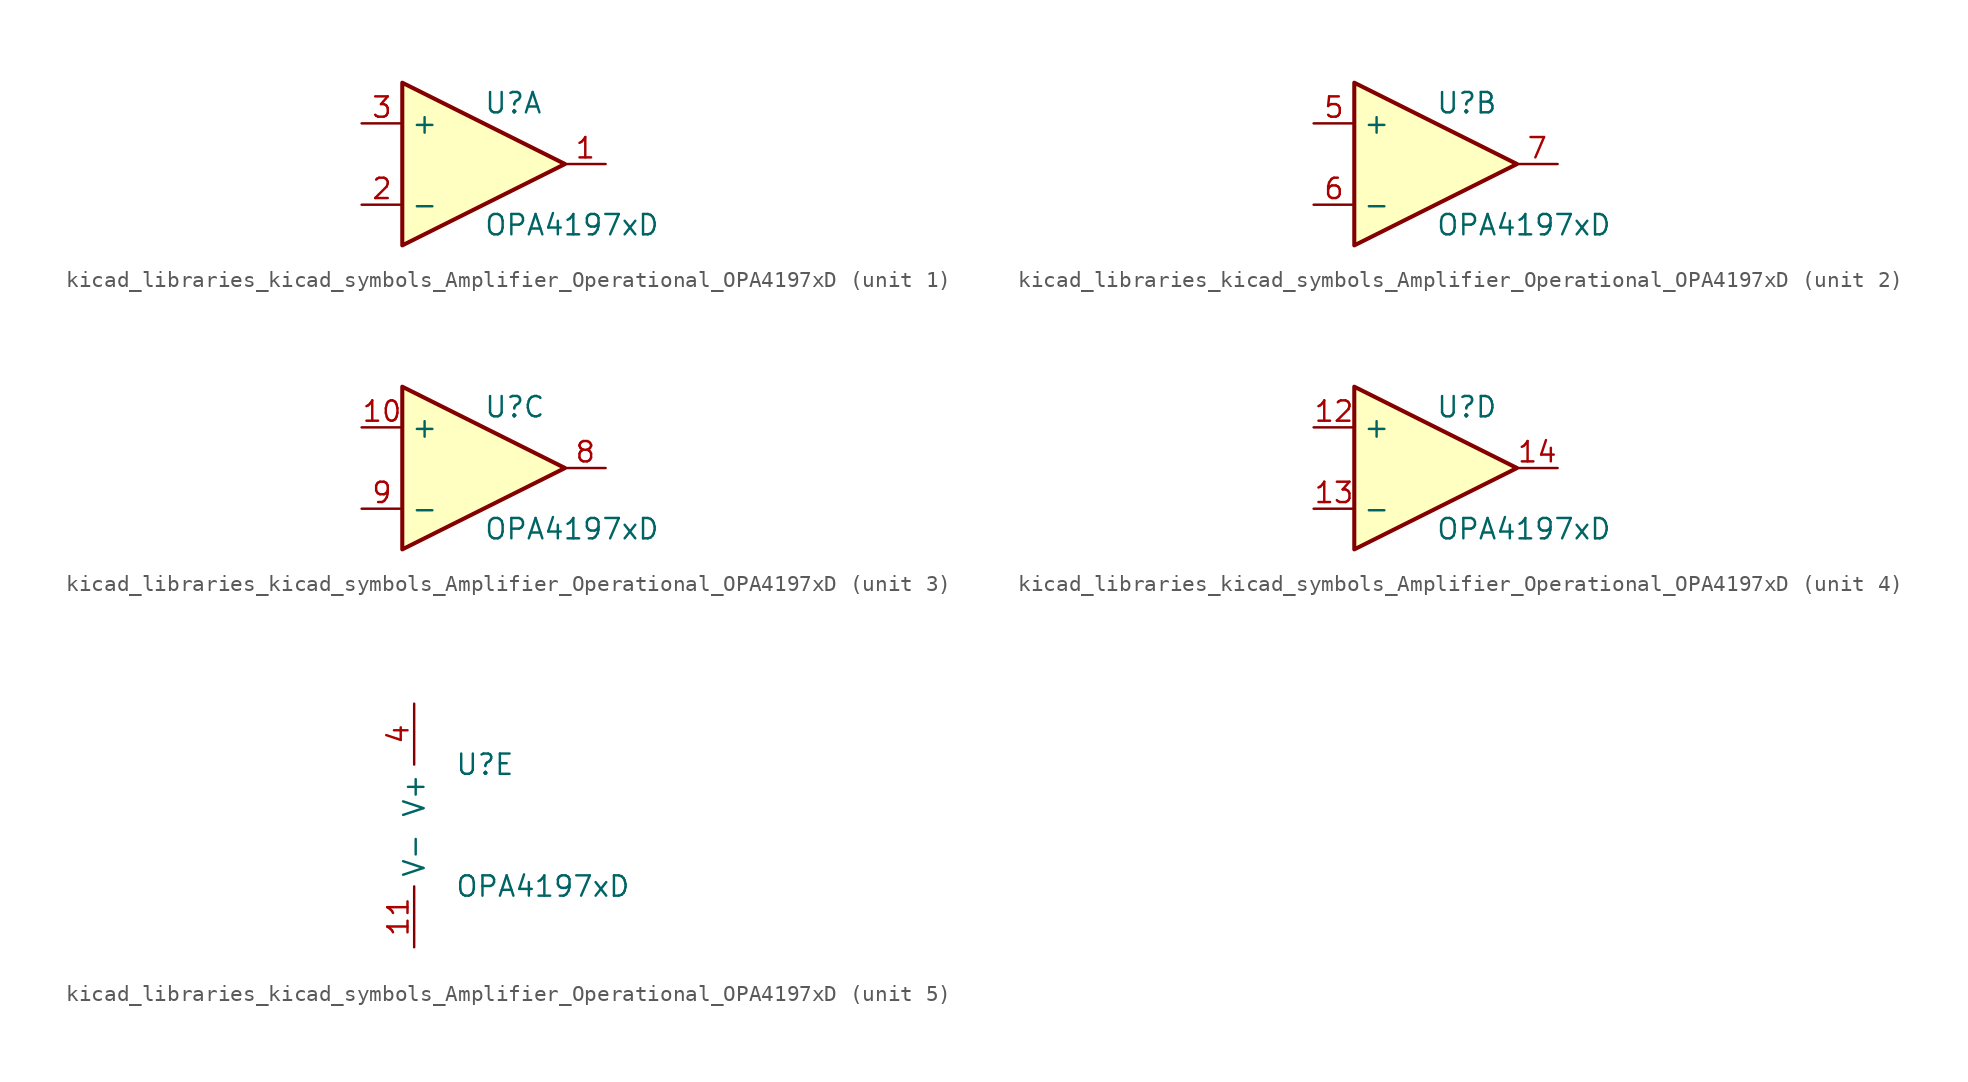
<source format=kicad_sym>
(kicad_symbol_lib
  (version 20220914)
  (generator kicad_symbol_editor)
  (symbol "kicad_libraries_kicad_symbols_Amplifier_Operational_OPA4197xD"
    (property "Reference" "U"
      (at 0 3.81 0)
      (effects (font (size 1.27 1.27)) (justify left)))
    (property "Value" "OPA4197xD"
      (at 0 -3.81 0)
      (effects (font (size 1.27 1.27)) (justify left)))
    (property "ki_locked" ""
      (at 0 0 0)
      (effects (font (size 1.27 1.27))))
    (symbol "kicad_libraries_kicad_symbols_Amplifier_Operational_OPA4197xD_1_1"
      (polyline (pts (xy -5.08 5.08) (xy 5.08 0) (xy -5.08 -5.08) (xy -5.08 5.08)) (stroke (width 0.254) (type default)) (fill (type background)))
      (pin output line (at 7.62 0 180) (length 2.54) (name "~" (effects (font (size 1.27 1.27)))) (number "1" (effects (font (size 1.27 1.27)))))
      (pin input line (at -7.62 -2.54 0) (length 2.54) (name "-" (effects (font (size 1.27 1.27)))) (number "2" (effects (font (size 1.27 1.27)))))
      (pin input line (at -7.62 2.54 0) (length 2.54) (name "+" (effects (font (size 1.27 1.27)))) (number "3" (effects (font (size 1.27 1.27))))))
    (symbol "kicad_libraries_kicad_symbols_Amplifier_Operational_OPA4197xD_2_1"
      (polyline (pts (xy -5.08 5.08) (xy 5.08 0) (xy -5.08 -5.08) (xy -5.08 5.08)) (stroke (width 0.254) (type default)) (fill (type background)))
      (pin input line (at -7.62 2.54 0) (length 2.54) (name "+" (effects (font (size 1.27 1.27)))) (number "5" (effects (font (size 1.27 1.27)))))
      (pin input line (at -7.62 -2.54 0) (length 2.54) (name "-" (effects (font (size 1.27 1.27)))) (number "6" (effects (font (size 1.27 1.27)))))
      (pin output line (at 7.62 0 180) (length 2.54) (name "~" (effects (font (size 1.27 1.27)))) (number "7" (effects (font (size 1.27 1.27))))))
    (symbol "kicad_libraries_kicad_symbols_Amplifier_Operational_OPA4197xD_3_1"
      (polyline (pts (xy -5.08 5.08) (xy 5.08 0) (xy -5.08 -5.08) (xy -5.08 5.08)) (stroke (width 0.254) (type default)) (fill (type background)))
      (pin input line (at -7.62 2.54 0) (length 2.54) (name "+" (effects (font (size 1.27 1.27)))) (number "10" (effects (font (size 1.27 1.27)))))
      (pin output line (at 7.62 0 180) (length 2.54) (name "~" (effects (font (size 1.27 1.27)))) (number "8" (effects (font (size 1.27 1.27)))))
      (pin input line (at -7.62 -2.54 0) (length 2.54) (name "-" (effects (font (size 1.27 1.27)))) (number "9" (effects (font (size 1.27 1.27))))))
    (symbol "kicad_libraries_kicad_symbols_Amplifier_Operational_OPA4197xD_4_1"
      (polyline (pts (xy -5.08 5.08) (xy 5.08 0) (xy -5.08 -5.08) (xy -5.08 5.08)) (stroke (width 0.254) (type default)) (fill (type background)))
      (pin input line (at -7.62 2.54 0) (length 2.54) (name "+" (effects (font (size 1.27 1.27)))) (number "12" (effects (font (size 1.27 1.27)))))
      (pin input line (at -7.62 -2.54 0) (length 2.54) (name "-" (effects (font (size 1.27 1.27)))) (number "13" (effects (font (size 1.27 1.27)))))
      (pin output line (at 7.62 0 180) (length 2.54) (name "~" (effects (font (size 1.27 1.27)))) (number "14" (effects (font (size 1.27 1.27))))))
    (symbol "kicad_libraries_kicad_symbols_Amplifier_Operational_OPA4197xD_5_1"
      (pin power_in line (at -2.54 -7.62 90) (length 3.81) (name "V-" (effects (font (size 1.27 1.27)))) (number "11" (effects (font (size 1.27 1.27)))))
      (pin power_in line (at -2.54 7.62 270) (length 3.81) (name "V+" (effects (font (size 1.27 1.27)))) (number "4" (effects (font (size 1.27 1.27))))))))
</source>
